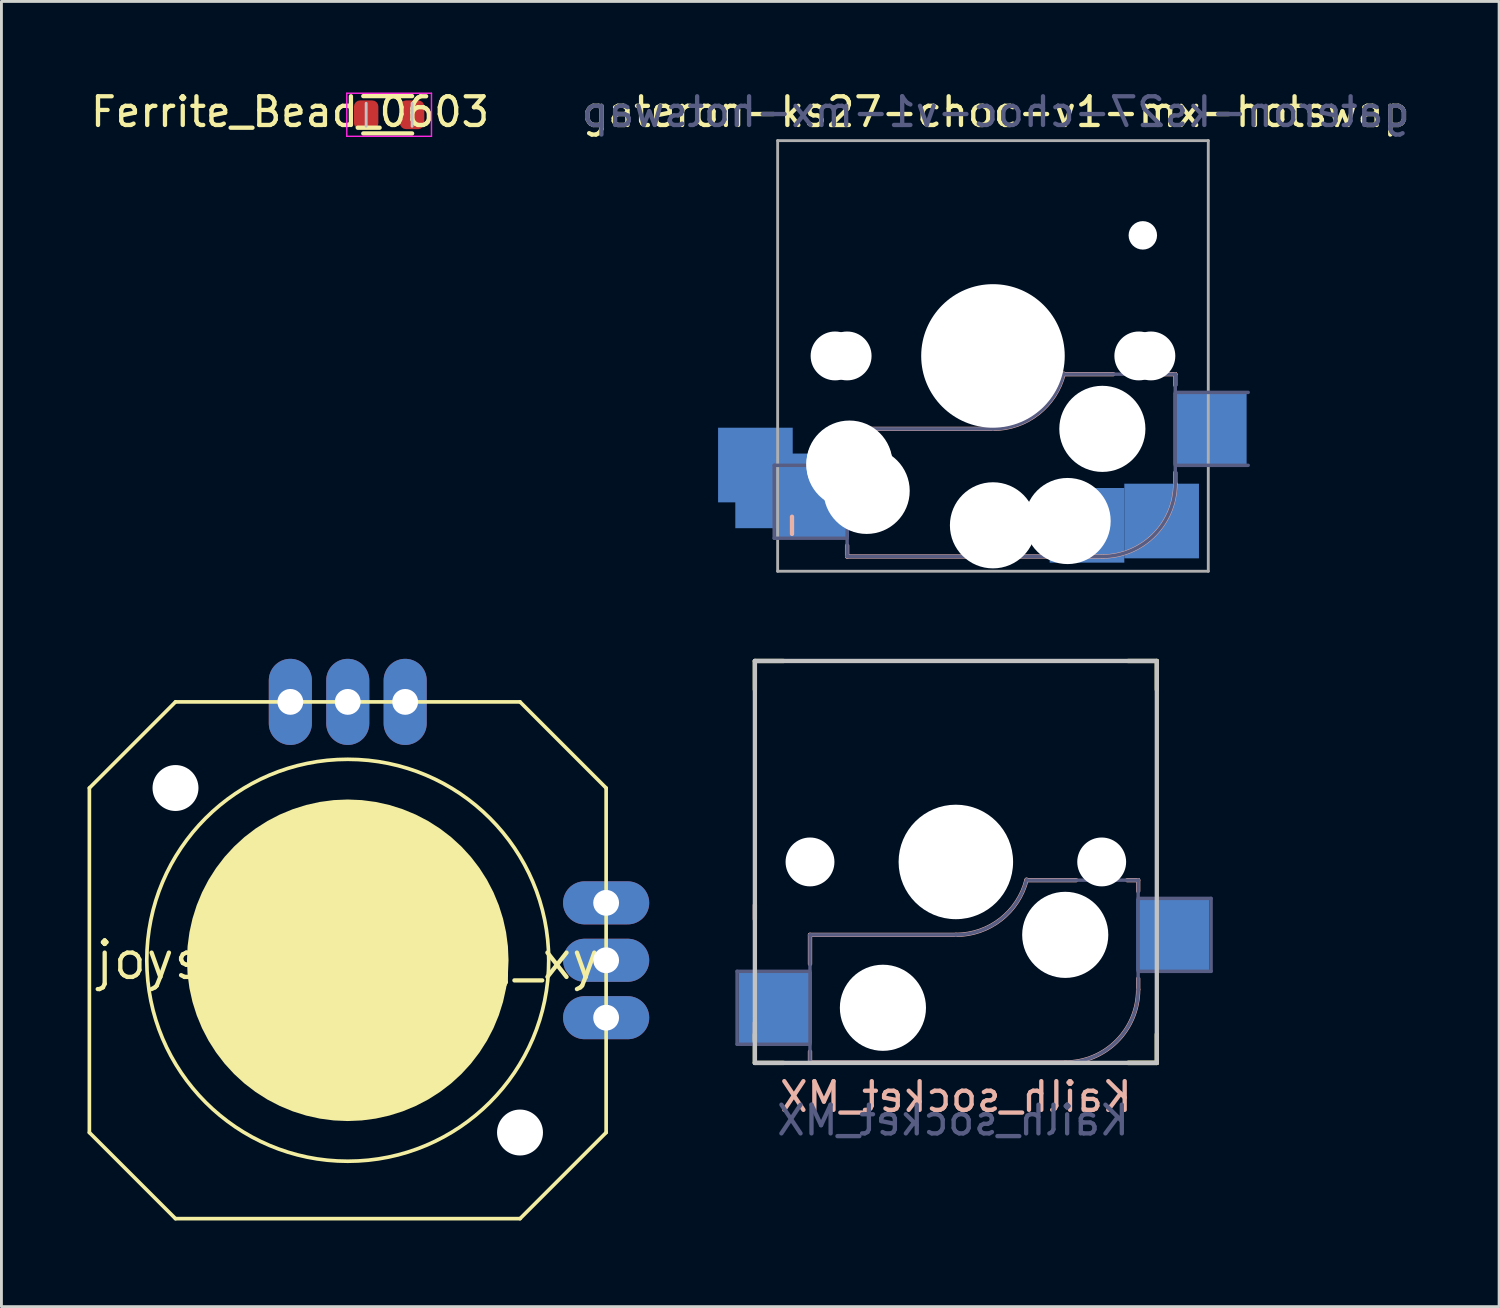
<source format=kicad_pcb>
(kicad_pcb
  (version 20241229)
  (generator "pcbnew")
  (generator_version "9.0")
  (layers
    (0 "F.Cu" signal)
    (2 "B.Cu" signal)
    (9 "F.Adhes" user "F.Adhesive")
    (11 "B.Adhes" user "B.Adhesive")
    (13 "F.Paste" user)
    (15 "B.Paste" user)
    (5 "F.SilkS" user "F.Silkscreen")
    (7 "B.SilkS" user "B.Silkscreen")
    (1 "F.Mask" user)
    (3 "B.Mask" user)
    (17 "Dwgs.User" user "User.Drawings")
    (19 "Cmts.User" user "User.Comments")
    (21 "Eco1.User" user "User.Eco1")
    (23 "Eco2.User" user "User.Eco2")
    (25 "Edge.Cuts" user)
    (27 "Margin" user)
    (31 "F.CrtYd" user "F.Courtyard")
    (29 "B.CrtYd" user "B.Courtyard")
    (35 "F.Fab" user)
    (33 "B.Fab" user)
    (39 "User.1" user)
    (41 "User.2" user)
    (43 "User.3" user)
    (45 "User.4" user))
  (footprint "Kailh_socket_MX"
    (layer "F.Cu")
    (at 30.244 26.973)
    (property "Reference" "Kailh_socket_MX" (at 0 8.18 180) (layer "B.SilkS") (effects (font (size 1 1) (thickness 0.15)) (justify mirror)))
    (property "Value" "Kailh_socket_MX" (at 0 -8.255 180) (layer "F.Fab") (hide yes) (effects (font (size 1 1) (thickness 0.15))))
    (attr smd)
    (fp_line (start -7 -6) (end -7 -7) (stroke (width 0.15) (type solid)) (layer "F.SilkS"))
    (fp_line (start -7 7) (end -7 6) (stroke (width 0.15) (type solid)) (layer "F.SilkS"))
    (fp_line (start -7 7) (end -6 7) (stroke (width 0.15) (type solid)) (layer "F.SilkS"))
    (fp_line (start -6 -7) (end -7 -7) (stroke (width 0.15) (type solid)) (layer "F.SilkS"))
    (fp_line (start 6 7) (end 7 7) (stroke (width 0.15) (type solid)) (layer "F.SilkS"))
    (fp_line (start 7 -7) (end 6 -7) (stroke (width 0.15) (type solid)) (layer "F.SilkS"))
    (fp_line (start 7 -7) (end 7 -6) (stroke (width 0.15) (type solid)) (layer "F.SilkS"))
    (fp_line (start 7 6) (end 7 7) (stroke (width 0.15) (type solid)) (layer "F.SilkS"))
    (fp_line (start 7 7) (end 6 7) (stroke (width 0.15) (type solid)) (layer "F.SilkS"))
    (fp_line (start -7 1.5) (end -7 2) (stroke (width 0.15) (type solid)) (layer "B.SilkS"))
    (fp_line (start -7 5.6) (end -7 6.2) (stroke (width 0.15) (type solid)) (layer "B.SilkS"))
    (fp_line (start -5.08 2.54) (end 0 2.54) (stroke (width 0.15) (type solid)) (layer "B.SilkS"))
    (fp_line (start -5.08 3.556) (end -5.08 2.54) (stroke (width 0.15) (type solid)) (layer "B.SilkS"))
    (fp_line (start -5.08 6.985) (end -5.08 6.604) (stroke (width 0.15) (type solid)) (layer "B.SilkS"))
    (fp_line (start 2.464 0.635) (end 4.191 0.635) (stroke (width 0.15) (type solid)) (layer "B.SilkS"))
    (fp_line (start 3.81 6.985) (end -5.08 6.985) (stroke (width 0.15) (type solid)) (layer "B.SilkS"))
    (fp_line (start 5.969 0.635) (end 6.35 0.635) (stroke (width 0.15) (type solid)) (layer "B.SilkS"))
    (fp_line (start 6.35 1.016) (end 6.35 0.635) (stroke (width 0.15) (type solid)) (layer "B.SilkS"))
    (fp_line (start 6.35 4.445) (end 6.35 4.064) (stroke (width 0.15) (type solid)) (layer "B.SilkS"))
    (fp_arc (start 2.464162 0.61604) (mid 1.563147 2.002042) (end 0 2.54) (stroke (width 0.15) (type solid)) (layer "B.SilkS"))
    (fp_arc (start 6.35 4.445) (mid 5.606051 6.241051) (end 3.81 6.985) (stroke (width 0.15) (type solid)) (layer "B.SilkS"))
    (fp_line (start -7 7) (end -7 -7) (stroke (width 0.15) (type solid)) (layer "Dwgs.User"))
    (fp_line (start -7 7) (end 7 7) (stroke (width 0.15) (type solid)) (layer "Dwgs.User"))
    (fp_line (start 7 -7) (end -7 -7) (stroke (width 0.15) (type solid)) (layer "Dwgs.User"))
    (fp_line (start 7 -7) (end 7 7) (stroke (width 0.15) (type solid)) (layer "Dwgs.User"))
    (fp_line (start -2.6 -3.1) (end -2.6 -6.3) (stroke (width 0.15) (type solid)) (layer "Eco2.User"))
    (fp_line (start -2.6 -3.1) (end 2.6 -3.1) (stroke (width 0.15) (type solid)) (layer "Eco2.User"))
    (fp_line (start 2.6 -6.3) (end -2.6 -6.3) (stroke (width 0.15) (type solid)) (layer "Eco2.User"))
    (fp_line (start 2.6 -3.1) (end 2.6 -6.3) (stroke (width 0.15) (type solid)) (layer "Eco2.User"))
    (fp_line (start -7.62 3.81) (end -5.08 3.81) (stroke (width 0.12) (type solid)) (layer "B.Fab"))
    (fp_line (start -7.62 6.35) (end -7.62 3.81) (stroke (width 0.12) (type solid)) (layer "B.Fab"))
    (fp_line (start -7 1.5) (end -7 6.2) (stroke (width 0.12) (type solid)) (layer "B.Fab"))
    (fp_line (start -5.08 2.54) (end 0 2.54) (stroke (width 0.12) (type solid)) (layer "B.Fab"))
    (fp_line (start -5.08 6.35) (end -7.62 6.35) (stroke (width 0.12) (type solid)) (layer "B.Fab"))
    (fp_line (start -5.08 6.985) (end -5.08 2.54) (stroke (width 0.12) (type solid)) (layer "B.Fab"))
    (fp_line (start 3.81 6.985) (end -5.08 6.985) (stroke (width 0.12) (type solid)) (layer "B.Fab"))
    (fp_line (start 6.35 0.635) (end 2.54 0.635) (stroke (width 0.12) (type solid)) (layer "B.Fab"))
    (fp_line (start 6.35 0.635) (end 6.35 4.445) (stroke (width 0.12) (type solid)) (layer "B.Fab"))
    (fp_line (start 6.35 1.27) (end 8.89 1.27) (stroke (width 0.12) (type solid)) (layer "B.Fab"))
    (fp_line (start 8.89 1.27) (end 8.89 3.81) (stroke (width 0.12) (type solid)) (layer "B.Fab"))
    (fp_line (start 8.89 3.81) (end 6.35 3.81) (stroke (width 0.12) (type solid)) (layer "B.Fab"))
    (fp_arc (start 2.464162 0.61604) (mid 1.563147 2.002042) (end 0 2.54) (stroke (width 0.12) (type solid)) (layer "B.Fab"))
    (fp_arc (start 6.35 4.445) (mid 5.606051 6.241051) (end 3.81 6.985) (stroke (width 0.12) (type solid)) (layer "B.Fab"))
    (fp_text user "${VALUE}" (at -0.1 9 0) (layer "B.Fab") (effects (font (size 1 1) (thickness 0.15)) (justify mirror)))
    (pad "" np_thru_hole circle (at -5.08 0 180) (size 1.702 1.702) (drill 1.702) (layers "*.Cu" "*.Mask"))
    (pad "" np_thru_hole circle (at -2.54 5.08 180) (size 3 3) (drill 3) (layers "*.Cu" "*.Mask"))
    (pad "" np_thru_hole circle (at 0 0 180) (size 3.988 3.988) (drill 3.988) (layers "*.Cu" "*.Mask"))
    (pad "" np_thru_hole circle (at 3.81 2.54 180) (size 3 3) (drill 3) (layers "*.Cu" "*.Mask"))
    (pad "" np_thru_hole circle (at 5.08 0 180) (size 1.702 1.702) (drill 1.702) (layers "*.Cu" "*.Mask"))
    (pad "1" smd rect (at -6.29 5.08 180) (size 2.55 2.5) (layers "B.Cu" "B.Mask" "B.Paste"))
    (pad "2" smd rect (at 7.56 2.54 180) (size 2.55 2.5) (layers "B.Cu" "B.Mask" "B.Paste")))
  (footprint "joystick_analog_xy"
    (layer "F.Cu")
    (at 9.063 30.398)
    (property "Reference" "joystick_analog_xy" (at 0 0 180) (layer "F.SilkS") (effects (font (size 1.27 1.27) (thickness 0.15))))
    (attr through_hole)
    (fp_line (start -9 -6) (end -6 -9) (stroke (width 0.127) (type solid)) (layer "F.SilkS"))
    (fp_line (start -9 6) (end -9 -6) (stroke (width 0.127) (type solid)) (layer "F.SilkS"))
    (fp_line (start -6 -9) (end 6 -9) (stroke (width 0.127) (type solid)) (layer "F.SilkS"))
    (fp_line (start -6 9) (end -9 6) (stroke (width 0.127) (type solid)) (layer "F.SilkS"))
    (fp_line (start 6 -9) (end 9 -6) (stroke (width 0.127) (type solid)) (layer "F.SilkS"))
    (fp_line (start 6 9) (end -6 9) (stroke (width 0.127) (type solid)) (layer "F.SilkS"))
    (fp_line (start 9 -6) (end 9 6) (stroke (width 0.127) (type solid)) (layer "F.SilkS"))
    (fp_line (start 9 6) (end 6 9) (stroke (width 0.127) (type solid)) (layer "F.SilkS"))
    (fp_circle (center 0 0) (end 7 0) (stroke (width 0.127) (type solid)) (fill no) (layer "F.SilkS"))
    (fp_poly (pts (xy 0 -5.6) (xy 0.488 -5.579) (xy 0.972 -5.515) (xy 1.449 -5.409) (xy 1.915 -5.262) (xy 2.367 -5.075) (xy 2.8 -4.85) (xy 3.212 -4.587) (xy 3.6 -4.29) (xy 3.96 -3.96) (xy 4.29 -3.6) (xy 4.587 -3.212) (xy 4.85 -2.8) (xy 5.075 -2.367) (xy 5.262 -1.915) (xy 5.409 -1.449) (xy 5.515 -0.972) (xy 5.579 -0.488) (xy 5.6 0) (xy 5.579 0.488) (xy 5.515 0.972) (xy 5.409 1.449) (xy 5.262 1.915) (xy 5.075 2.367) (xy 4.85 2.8) (xy 4.587 3.212) (xy 4.29 3.6) (xy 3.96 3.96) (xy 3.6 4.29) (xy 3.212 4.587) (xy 2.8 4.85) (xy 2.367 5.075) (xy 1.915 5.262) (xy 1.449 5.409) (xy 0.972 5.515) (xy 0.488 5.579) (xy 0 5.6) (xy -0.488 5.579) (xy -0.972 5.515) (xy -1.449 5.409) (xy -1.915 5.262) (xy -2.367 5.075) (xy -2.8 4.85) (xy -3.212 4.587) (xy -3.6 4.29) (xy -3.96 3.96) (xy -4.29 3.6) (xy -4.587 3.212) (xy -4.85 2.8) (xy -5.075 2.367) (xy -5.262 1.915) (xy -5.409 1.449) (xy -5.515 0.972) (xy -5.579 0.488) (xy -5.6 0) (xy -5.579 -0.488) (xy -5.515 -0.972) (xy -5.409 -1.449) (xy -5.262 -1.915) (xy -5.075 -2.367) (xy -4.85 -2.8) (xy -4.587 -3.212) (xy -4.29 -3.6) (xy -3.96 -3.96) (xy -3.6 -4.29) (xy -3.212 -4.587) (xy -2.8 -4.85) (xy -2.367 -5.075) (xy -1.915 -5.262) (xy -1.449 -5.409) (xy -0.972 -5.515) (xy -0.488 -5.579)) (stroke (width 0) (type solid)) (fill yes) (layer "F.SilkS"))
    (pad "" np_thru_hole circle (at -6 -6) (size 1.6 1.6) (drill 1.6) (layers "*.Cu" "*.Mask"))
    (pad "" np_thru_hole circle (at 6 6) (size 1.6 1.6) (drill 1.6) (layers "*.Cu" "*.Mask"))
    (pad "X" thru_hole oval (at 0 -9 90) (size 3 1.5) (drill 0.9) (layers "*.Cu" "*.Mask"))
    (pad "X+" thru_hole oval (at 2 -9 90) (size 3 1.5) (drill 0.9) (layers "*.Cu" "*.Mask"))
    (pad "X-" thru_hole oval (at -2 -9 90) (size 3 1.5) (drill 0.9) (layers "*.Cu" "*.Mask"))
    (pad "Y" thru_hole oval (at 9 0) (size 3 1.5) (drill 0.9) (layers "*.Cu" "*.Mask"))
    (pad "Y+" thru_hole oval (at 9 -2) (size 3 1.5) (drill 0.9) (layers "*.Cu" "*.Mask"))
    (pad "Y-" thru_hole oval (at 9 2) (size 3 1.5) (drill 0.9) (layers "*.Cu" "*.Mask")))
  (footprint "Ferrite_Bead_0603"
    (layer "F.Cu")
    (at 10.504 0.948)
    (property "Reference" "Ferrite_Bead_0603" (at -3.45 -0.1 180) (layer "F.SilkS") (effects (font (size 1 1) (thickness 0.15))))
    (attr smd)
    (fp_line (start -0.9 -0.65) (end 0.8 -0.65) (stroke (width 0.15) (type solid)) (layer "F.SilkS"))
    (fp_line (start -0.9 0.65) (end 0.8 0.65) (stroke (width 0.15) (type solid)) (layer "F.SilkS"))
    (fp_line (start -0.8 0.4) (end -0.8 -0.4) (stroke (width 0.1) (type solid)) (layer "Dwgs.User"))
    (fp_line (start 0.8 -0.4) (end 0.8 0.4) (stroke (width 0.1) (type solid)) (layer "Dwgs.User"))
    (fp_line (start -1.475 -0.75) (end 1.475 -0.75) (stroke (width 0.05) (type solid)) (layer "F.CrtYd"))
    (fp_line (start -1.475 0.75) (end -1.475 -0.75) (stroke (width 0.05) (type solid)) (layer "F.CrtYd"))
    (fp_line (start 1.475 -0.75) (end 1.475 0.75) (stroke (width 0.05) (type solid)) (layer "F.CrtYd"))
    (fp_line (start 1.475 0.75) (end -1.475 0.75) (stroke (width 0.05) (type solid)) (layer "F.CrtYd"))
    (pad "1" smd roundrect (at -0.8 0) (size 0.85 1) (layers "F.Cu" "F.Mask" "F.Paste") (roundrect_rratio 0.25))
    (pad "2" smd roundrect (at 0.8 0) (size 0.85 1) (layers "F.Cu" "F.Mask" "F.Paste") (roundrect_rratio 0.25)))
  (footprint "gateron-ks27-choc-v1-mx-hotswap"
    (layer "F.Cu")
    (at 31.537 9.348)
    (property "Reference" "gateron-ks27-choc-v1-mx-hotswap" (at 0.1 -8.5 0) (unlocked yes) (layer "F.SilkS") (effects (font (size 1 1) (thickness 0.15))))
    (attr through_hole)
    (fp_line (start -7 5.6) (end -7 6.2) (stroke (width 0.15) (type solid)) (layer "B.SilkS"))
    (fp_line (start -5.08 2.54) (end 0 2.54) (stroke (width 0.15) (type solid)) (layer "B.SilkS"))
    (fp_line (start -5.08 3.556) (end -5.08 2.54) (stroke (width 0.15) (type solid)) (layer "B.SilkS"))
    (fp_line (start -5.08 6.985) (end -5.08 6.604) (stroke (width 0.15) (type solid)) (layer "B.SilkS"))
    (fp_line (start 2.464 0.635) (end 4.191 0.635) (stroke (width 0.15) (type solid)) (layer "B.SilkS"))
    (fp_line (start 3.81 6.985) (end -5.08 6.985) (stroke (width 0.15) (type solid)) (layer "B.SilkS"))
    (fp_line (start 5.969 0.635) (end 6.35 0.635) (stroke (width 0.15) (type solid)) (layer "B.SilkS"))
    (fp_line (start 6.35 1.016) (end 6.35 0.635) (stroke (width 0.15) (type solid)) (layer "B.SilkS"))
    (fp_line (start 6.35 4.445) (end 6.35 4.064) (stroke (width 0.15) (type solid)) (layer "B.SilkS"))
    (fp_arc (start 2.464162 0.61604) (mid 1.563147 2.002042) (end 0 2.54) (stroke (width 0.15) (type solid)) (layer "B.SilkS"))
    (fp_arc (start 6.35 4.445) (mid 5.606051 6.241051) (end 3.81 6.985) (stroke (width 0.15) (type solid)) (layer "B.SilkS"))
    (fp_line (start -7 -7) (end -7 7) (stroke (width 0.12) (type solid)) (layer "Eco2.User"))
    (fp_line (start -7 7) (end 7 7) (stroke (width 0.12) (type solid)) (layer "Eco2.User"))
    (fp_line (start -3.2 -6.3) (end -3.2 -3.1) (stroke (width 0.12) (type solid)) (layer "Eco2.User"))
    (fp_line (start 1.8 -6.3) (end -3.2 -6.3) (stroke (width 0.12) (type solid)) (layer "Eco2.User"))
    (fp_line (start 1.8 -6.3) (end 1.8 -3.1) (stroke (width 0.12) (type solid)) (layer "Eco2.User"))
    (fp_line (start 1.8 -3.1) (end -3.2 -3.1) (stroke (width 0.12) (type solid)) (layer "Eco2.User"))
    (fp_line (start 7 -7) (end -7 -7) (stroke (width 0.12) (type solid)) (layer "Eco2.User"))
    (fp_line (start 7 7) (end 7 -7) (stroke (width 0.12) (type solid)) (layer "Eco2.User"))
    (fp_line (start -7.62 3.81) (end -5.08 3.81) (stroke (width 0.12) (type solid)) (layer "B.Fab"))
    (fp_line (start -7.62 6.35) (end -7.62 3.81) (stroke (width 0.12) (type solid)) (layer "B.Fab"))
    (fp_line (start -5.08 2.54) (end 0 2.54) (stroke (width 0.12) (type solid)) (layer "B.Fab"))
    (fp_line (start -5.08 6.35) (end -7.62 6.35) (stroke (width 0.12) (type solid)) (layer "B.Fab"))
    (fp_line (start -5.08 6.985) (end -5.08 2.54) (stroke (width 0.12) (type solid)) (layer "B.Fab"))
    (fp_line (start 3.81 6.985) (end -5.08 6.985) (stroke (width 0.12) (type solid)) (layer "B.Fab"))
    (fp_line (start 6.35 0.635) (end 2.54 0.635) (stroke (width 0.12) (type solid)) (layer "B.Fab"))
    (fp_line (start 6.35 0.635) (end 6.35 4.445) (stroke (width 0.12) (type solid)) (layer "B.Fab"))
    (fp_line (start 6.35 1.27) (end 8.89 1.27) (stroke (width 0.12) (type solid)) (layer "B.Fab"))
    (fp_line (start 8.89 3.81) (end 6.35 3.81) (stroke (width 0.12) (type solid)) (layer "B.Fab"))
    (fp_arc (start 2.464162 0.61604) (mid 1.563147 2.002042) (end 0 2.54) (stroke (width 0.12) (type solid)) (layer "B.Fab"))
    (fp_arc (start 6.35 4.445) (mid 5.606051 6.241051) (end 3.81 6.985) (stroke (width 0.12) (type solid)) (layer "B.Fab"))
    (fp_line (start -7.5 -7.5) (end -7.5 7.5) (stroke (width 0.1) (type solid)) (layer "F.Fab"))
    (fp_line (start -7.5 7.5) (end 7.5 7.5) (stroke (width 0.1) (type solid)) (layer "F.Fab"))
    (fp_line (start 7.5 -7.5) (end -7.5 -7.5) (stroke (width 0.1) (type solid)) (layer "F.Fab"))
    (fp_line (start 7.5 7.5) (end 7.5 -7.5) (stroke (width 0.1) (type solid)) (layer "F.Fab"))
    (fp_text user "${REFERENCE}" (at 0.1 -8.5 0) (layer "B.Fab") (effects (font (size 1 1) (thickness 0.15)) (justify mirror)))
    (pad "" np_thru_hole circle (at -5.5 0) (size 1.702 1.702) (drill 1.702) (layers "*.Cu" "*.Mask"))
    (pad "" np_thru_hole circle (at -5.08 0 180) (size 1.702 1.702) (drill 1.702) (layers "*.Cu" "*.Mask"))
    (pad "" np_thru_hole circle (at -5 3.75) (size 3 3) (drill 3) (layers "*.Cu" "*.Mask"))
    (pad "" np_thru_hole circle (at -5 3.8) (size 3 3) (drill 3) (layers "*.Cu" "*.Mask"))
    (pad "" np_thru_hole circle (at -4.4 4.7) (size 3 3) (drill 3) (layers "*.Cu" "*.Mask"))
    (pad "" np_thru_hole circle (at 0 0 180) (size 3.988 3.988) (drill 3.988) (layers "*.Cu" "*.Mask"))
    (pad "" np_thru_hole circle (at 0 0) (size 5 5) (drill 5) (layers "*.Cu" "*.Mask"))
    (pad "" np_thru_hole circle (at 0 5.9) (size 3 3) (drill 3) (layers "*.Cu" "*.Mask"))
    (pad "" np_thru_hole circle (at 2.6 5.75) (size 3 3) (drill 3) (layers "*.Cu" "*.Mask"))
    (pad "" np_thru_hole circle (at 3.81 2.54 180) (size 3 3) (drill 3) (layers "*.Cu" "*.Mask"))
    (pad "" np_thru_hole circle (at 5.08 0 180) (size 1.702 1.702) (drill 1.702) (layers "*.Cu" "*.Mask"))
    (pad "" np_thru_hole circle (at 5.22 -4.2) (size 0.991 0.991) (drill 0.991) (layers "*.Cu" "*.Mask"))
    (pad "" np_thru_hole circle (at 5.5 0) (size 1.702 1.702) (drill 1.702) (layers "*.Cu" "*.Mask"))
    (pad "1" smd rect (at -8.275 3.8) (size 2.6 2.6) (layers "B.Cu" "B.Mask" "B.Paste"))
    (pad "1" smd rect (at -7.675 4.7) (size 2.6 2.6) (layers "B.Cu" "B.Mask" "B.Paste"))
    (pad "1" smd rect (at -6.29 5.08 180) (size 2.55 2.5) (layers "B.Cu" "B.Mask" "B.Paste"))
    (pad "2" smd rect (at 3.275 5.9) (size 2.6 2.6) (layers "B.Cu" "B.Mask" "B.Paste"))
    (pad "2" smd rect (at 5.875 5.75) (size 2.6 2.6) (layers "B.Cu" "B.Mask" "B.Paste"))
    (pad "2" smd rect (at 7.56 2.54 180) (size 2.55 2.5) (layers "B.Cu" "B.Mask" "B.Paste")))
  (gr_rect
    (start -3 -3)
    (end 49.167 42.462)
    (stroke (width 0.1) (type default))
    (fill no)
    (layer "Edge.Cuts")))
</source>
